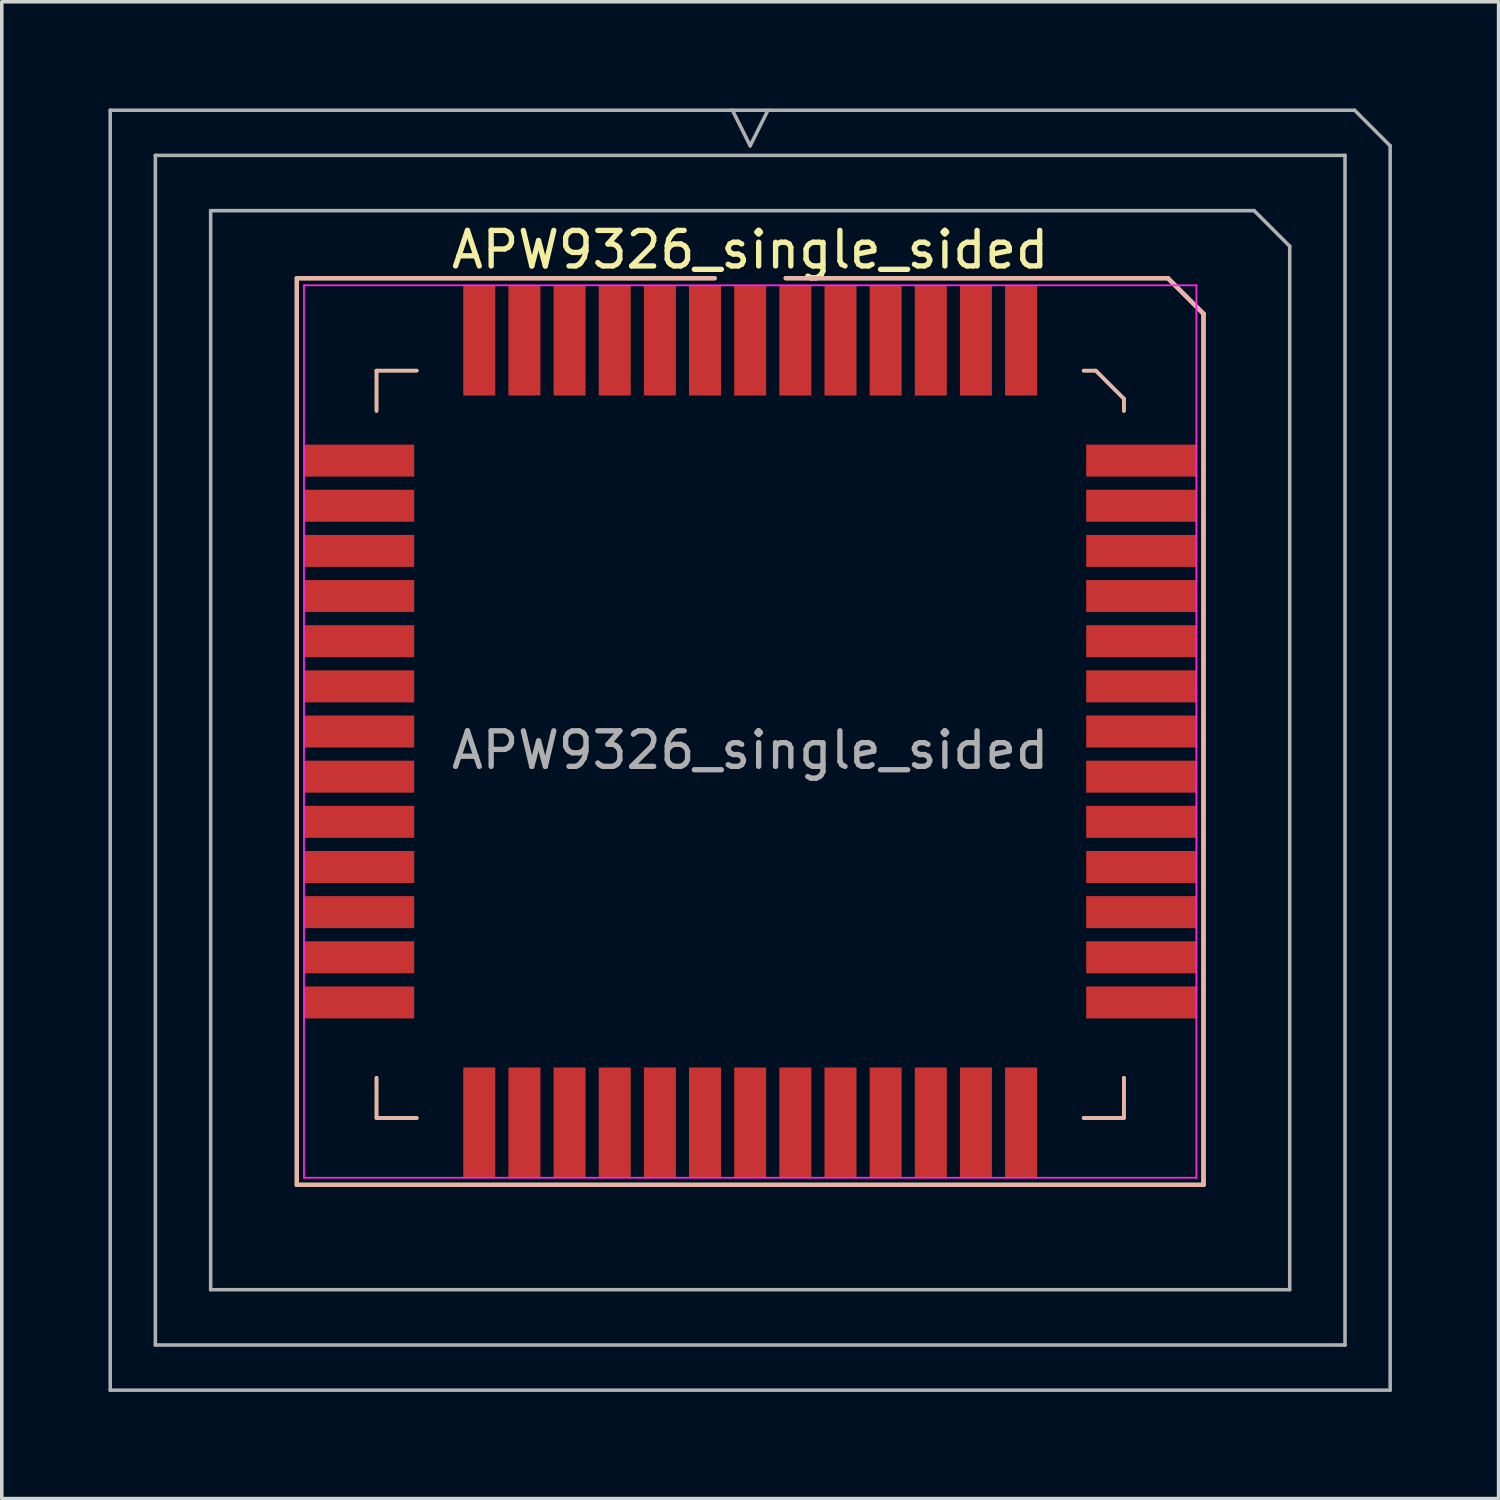
<source format=kicad_pcb>
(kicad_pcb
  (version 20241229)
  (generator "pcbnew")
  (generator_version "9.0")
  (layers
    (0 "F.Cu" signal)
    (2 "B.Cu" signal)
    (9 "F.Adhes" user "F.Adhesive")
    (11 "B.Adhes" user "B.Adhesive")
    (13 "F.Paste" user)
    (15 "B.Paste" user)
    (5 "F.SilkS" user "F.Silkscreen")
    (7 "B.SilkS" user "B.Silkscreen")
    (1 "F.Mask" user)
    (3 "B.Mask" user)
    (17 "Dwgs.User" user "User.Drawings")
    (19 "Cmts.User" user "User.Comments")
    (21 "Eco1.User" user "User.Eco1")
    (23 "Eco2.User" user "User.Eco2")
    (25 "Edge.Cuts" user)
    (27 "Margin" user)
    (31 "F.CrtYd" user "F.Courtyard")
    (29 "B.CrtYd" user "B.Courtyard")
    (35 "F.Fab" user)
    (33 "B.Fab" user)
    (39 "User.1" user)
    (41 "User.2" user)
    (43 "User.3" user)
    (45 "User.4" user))
  (footprint "APW9326_single_sided"
    (layer "F.Cu")
    (at 18.05 17.525)
    (property "Reference" "APW9326_single_sided" (at 0 -13.55 180) (layer "F.SilkS") (effects (font (size 1 1) (thickness 0.15))))
    (attr smd)
    (fp_line (start -12.75 -12.75) (end -1 -12.75) (stroke (width 0.12) (type solid)) (layer "F.SilkS"))
    (fp_line (start -12.75 12.75) (end -12.75 -12.75) (stroke (width 0.12) (type solid)) (layer "F.SilkS"))
    (fp_line (start -10.51 -10.15) (end -10.51 -9.018) (stroke (width 0.1) (type solid)) (layer "F.SilkS"))
    (fp_line (start -10.51 10.87) (end -10.51 9.738) (stroke (width 0.1) (type solid)) (layer "F.SilkS"))
    (fp_line (start -9.378 -10.15) (end -10.51 -10.15) (stroke (width 0.1) (type solid)) (layer "F.SilkS"))
    (fp_line (start -9.378 10.87) (end -10.51 10.87) (stroke (width 0.1) (type solid)) (layer "F.SilkS"))
    (fp_line (start 1 -12.75) (end 11.75 -12.75) (stroke (width 0.12) (type solid)) (layer "F.SilkS"))
    (fp_line (start 9.378 -10.15) (end 9.721 -10.15) (stroke (width 0.1) (type solid)) (layer "F.SilkS"))
    (fp_line (start 9.378 10.87) (end 10.51 10.87) (stroke (width 0.1) (type solid)) (layer "F.SilkS"))
    (fp_line (start 9.721 -10.15) (end 10.51 -9.361) (stroke (width 0.1) (type solid)) (layer "F.SilkS"))
    (fp_line (start 10.51 -9.361) (end 10.51 -9.018) (stroke (width 0.1) (type solid)) (layer "F.SilkS"))
    (fp_line (start 10.51 10.87) (end 10.51 9.738) (stroke (width 0.1) (type solid)) (layer "F.SilkS"))
    (fp_line (start 11.75 -12.75) (end 12.75 -11.75) (stroke (width 0.12) (type solid)) (layer "F.SilkS"))
    (fp_line (start 12.75 -11.75) (end 12.75 12.75) (stroke (width 0.12) (type solid)) (layer "F.SilkS"))
    (fp_line (start 12.75 12.75) (end -12.75 12.75) (stroke (width 0.12) (type solid)) (layer "F.SilkS"))
    (fp_line (start -12.75 -12.75) (end -1 -12.75) (stroke (width 0.12) (type solid)) (layer "B.SilkS"))
    (fp_line (start -12.75 12.75) (end -12.75 -12.75) (stroke (width 0.12) (type solid)) (layer "B.SilkS"))
    (fp_line (start -10.51 -10.15) (end -10.51 -9.018) (stroke (width 0.1) (type solid)) (layer "B.SilkS"))
    (fp_line (start -10.51 10.87) (end -10.51 9.738) (stroke (width 0.1) (type solid)) (layer "B.SilkS"))
    (fp_line (start -9.378 -10.15) (end -10.51 -10.15) (stroke (width 0.1) (type solid)) (layer "B.SilkS"))
    (fp_line (start -9.378 10.87) (end -10.51 10.87) (stroke (width 0.1) (type solid)) (layer "B.SilkS"))
    (fp_line (start 1 -12.75) (end 11.75 -12.75) (stroke (width 0.12) (type solid)) (layer "B.SilkS"))
    (fp_line (start 9.378 -10.15) (end 9.721 -10.15) (stroke (width 0.1) (type solid)) (layer "B.SilkS"))
    (fp_line (start 9.378 10.87) (end 10.51 10.87) (stroke (width 0.1) (type solid)) (layer "B.SilkS"))
    (fp_line (start 9.721 -10.15) (end 10.51 -9.361) (stroke (width 0.1) (type solid)) (layer "B.SilkS"))
    (fp_line (start 10.51 -9.361) (end 10.51 -9.018) (stroke (width 0.1) (type solid)) (layer "B.SilkS"))
    (fp_line (start 10.51 10.87) (end 10.51 9.738) (stroke (width 0.1) (type solid)) (layer "B.SilkS"))
    (fp_line (start 11.75 -12.75) (end 12.75 -11.75) (stroke (width 0.12) (type solid)) (layer "B.SilkS"))
    (fp_line (start 12.75 -11.75) (end 12.75 12.75) (stroke (width 0.12) (type solid)) (layer "B.SilkS"))
    (fp_line (start 12.75 12.75) (end -12.75 12.75) (stroke (width 0.12) (type solid)) (layer "B.SilkS"))
    (fp_line (start -12.55 -12.55) (end 12.55 -12.55) (stroke (width 0.05) (type solid)) (layer "F.CrtYd"))
    (fp_line (start -12.55 12.55) (end -12.55 -12.55) (stroke (width 0.05) (type solid)) (layer "F.CrtYd"))
    (fp_line (start 12.55 -12.55) (end 12.55 12.55) (stroke (width 0.05) (type solid)) (layer "F.CrtYd"))
    (fp_line (start 12.55 12.55) (end -12.55 12.55) (stroke (width 0.05) (type solid)) (layer "F.CrtYd"))
    (fp_line (start -18 -17.475) (end 17 -17.475) (stroke (width 0.1) (type solid)) (layer "F.Fab"))
    (fp_line (start -18 18.525) (end -18 -17.475) (stroke (width 0.1) (type solid)) (layer "F.Fab"))
    (fp_line (start -16.73 -16.205) (end 16.73 -16.205) (stroke (width 0.1) (type solid)) (layer "F.Fab"))
    (fp_line (start -16.73 17.255) (end -16.73 -16.205) (stroke (width 0.1) (type solid)) (layer "F.Fab"))
    (fp_line (start -15.175 -14.65) (end 14.175 -14.65) (stroke (width 0.1) (type solid)) (layer "F.Fab"))
    (fp_line (start -15.175 15.7) (end -15.175 -14.65) (stroke (width 0.1) (type solid)) (layer "F.Fab"))
    (fp_line (start 0 -16.475) (end -0.5 -17.475) (stroke (width 0.1) (type solid)) (layer "F.Fab"))
    (fp_line (start 0.5 -17.475) (end 0 -16.475) (stroke (width 0.1) (type solid)) (layer "F.Fab"))
    (fp_line (start 14.175 -14.65) (end 15.175 -13.65) (stroke (width 0.1) (type solid)) (layer "F.Fab"))
    (fp_line (start 15.175 -13.65) (end 15.175 15.7) (stroke (width 0.1) (type solid)) (layer "F.Fab"))
    (fp_line (start 15.175 15.7) (end -15.175 15.7) (stroke (width 0.1) (type solid)) (layer "F.Fab"))
    (fp_line (start 16.73 -16.205) (end 16.73 17.255) (stroke (width 0.1) (type solid)) (layer "F.Fab"))
    (fp_line (start 16.73 17.255) (end -16.73 17.255) (stroke (width 0.1) (type solid)) (layer "F.Fab"))
    (fp_line (start 17 -17.475) (end 18 -16.475) (stroke (width 0.1) (type solid)) (layer "F.Fab"))
    (fp_line (start 18 -16.475) (end 18 18.525) (stroke (width 0.1) (type solid)) (layer "F.Fab"))
    (fp_line (start 18 18.525) (end -18 18.525) (stroke (width 0.1) (type solid)) (layer "F.Fab"))
    (fp_text user "${REFERENCE}" (at 0 0.525 180) (layer "F.Fab") (effects (font (size 1 1) (thickness 0.15))))
    (pad "1" smd rect (at 0 -11) (size 0.9 3.1) (layers "F.Cu" "F.Mask" "F.Paste"))
    (pad "2" smd rect (at 1.27 -11) (size 0.9 3.1) (layers "F.Cu" "F.Mask" "F.Paste"))
    (pad "3" smd rect (at 2.54 -11) (size 0.9 3.1) (layers "F.Cu" "F.Mask" "F.Paste"))
    (pad "4" smd rect (at 3.81 -11) (size 0.9 3.1) (layers "F.Cu" "F.Mask" "F.Paste"))
    (pad "5" smd rect (at 5.08 -11) (size 0.9 3.1) (layers "F.Cu" "F.Mask" "F.Paste"))
    (pad "6" smd rect (at 6.35 -11) (size 0.9 3.1) (layers "F.Cu" "F.Mask" "F.Paste"))
    (pad "7" smd rect (at 7.62 -11) (size 0.9 3.1) (layers "F.Cu" "F.Mask" "F.Paste"))
    (pad "8" smd rect (at 11 -7.62) (size 3.1 0.9) (layers "F.Cu" "F.Mask" "F.Paste"))
    (pad "9" smd rect (at 11 -6.35) (size 3.1 0.9) (layers "F.Cu" "F.Mask" "F.Paste"))
    (pad "10" smd rect (at 11 -5.08) (size 3.1 0.9) (layers "F.Cu" "F.Mask" "F.Paste"))
    (pad "11" smd rect (at 11 -3.81) (size 3.1 0.9) (layers "F.Cu" "F.Mask" "F.Paste"))
    (pad "12" smd rect (at 11 -2.54) (size 3.1 0.9) (layers "F.Cu" "F.Mask" "F.Paste"))
    (pad "13" smd rect (at 11 -1.27) (size 3.1 0.9) (layers "F.Cu" "F.Mask" "F.Paste"))
    (pad "14" smd rect (at 11 0) (size 3.1 0.9) (layers "F.Cu" "F.Mask" "F.Paste"))
    (pad "15" smd rect (at 11 1.27) (size 3.1 0.9) (layers "F.Cu" "F.Mask" "F.Paste"))
    (pad "16" smd rect (at 11 2.54) (size 3.1 0.9) (layers "F.Cu" "F.Mask" "F.Paste"))
    (pad "17" smd rect (at 11 3.81) (size 3.1 0.9) (layers "F.Cu" "F.Mask" "F.Paste"))
    (pad "18" smd rect (at 11 5.08) (size 3.1 0.9) (layers "F.Cu" "F.Mask" "F.Paste"))
    (pad "19" smd rect (at 11 6.35) (size 3.1 0.9) (layers "F.Cu" "F.Mask" "F.Paste"))
    (pad "20" smd rect (at 11 7.62) (size 3.1 0.9) (layers "F.Cu" "F.Mask" "F.Paste"))
    (pad "21" smd rect (at 7.62 11) (size 0.9 3.1) (layers "F.Cu" "F.Mask" "F.Paste"))
    (pad "22" smd rect (at 6.35 11) (size 0.9 3.1) (layers "F.Cu" "F.Mask" "F.Paste"))
    (pad "23" smd rect (at 5.08 11) (size 0.9 3.1) (layers "F.Cu" "F.Mask" "F.Paste"))
    (pad "24" smd rect (at 3.81 11) (size 0.9 3.1) (layers "F.Cu" "F.Mask" "F.Paste"))
    (pad "25" smd rect (at 2.54 11) (size 0.9 3.1) (layers "F.Cu" "F.Mask" "F.Paste"))
    (pad "26" smd rect (at 1.27 11) (size 0.9 3.1) (layers "F.Cu" "F.Mask" "F.Paste"))
    (pad "27" smd rect (at 0 11) (size 0.9 3.1) (layers "F.Cu" "F.Mask" "F.Paste"))
    (pad "28" smd rect (at -1.27 11) (size 0.9 3.1) (layers "F.Cu" "F.Mask" "F.Paste"))
    (pad "29" smd rect (at -2.54 11) (size 0.9 3.1) (layers "F.Cu" "F.Mask" "F.Paste"))
    (pad "30" smd rect (at -3.81 11) (size 0.9 3.1) (layers "F.Cu" "F.Mask" "F.Paste"))
    (pad "31" smd rect (at -5.08 11) (size 0.9 3.1) (layers "F.Cu" "F.Mask" "F.Paste"))
    (pad "32" smd rect (at -6.35 11) (size 0.9 3.1) (layers "F.Cu" "F.Mask" "F.Paste"))
    (pad "33" smd rect (at -7.62 11) (size 0.9 3.1) (layers "F.Cu" "F.Mask" "F.Paste"))
    (pad "34" smd rect (at -11 7.62) (size 3.1 0.9) (layers "F.Cu" "F.Mask" "F.Paste"))
    (pad "35" smd rect (at -11 6.35) (size 3.1 0.9) (layers "F.Cu" "F.Mask" "F.Paste"))
    (pad "36" smd rect (at -11 5.08) (size 3.1 0.9) (layers "F.Cu" "F.Mask" "F.Paste"))
    (pad "37" smd rect (at -11 3.81) (size 3.1 0.9) (layers "F.Cu" "F.Mask" "F.Paste"))
    (pad "38" smd rect (at -11 2.54) (size 3.1 0.9) (layers "F.Cu" "F.Mask" "F.Paste"))
    (pad "39" smd rect (at -11 1.27) (size 3.1 0.9) (layers "F.Cu" "F.Mask" "F.Paste"))
    (pad "40" smd rect (at -11 0) (size 3.1 0.9) (layers "F.Cu" "F.Mask" "F.Paste"))
    (pad "41" smd rect (at -11 -1.27) (size 3.1 0.9) (layers "F.Cu" "F.Mask" "F.Paste"))
    (pad "42" smd rect (at -11 -2.54) (size 3.1 0.9) (layers "F.Cu" "F.Mask" "F.Paste"))
    (pad "43" smd rect (at -11 -3.81) (size 3.1 0.9) (layers "F.Cu" "F.Mask" "F.Paste"))
    (pad "44" smd rect (at -11 -5.08) (size 3.1 0.9) (layers "F.Cu" "F.Mask" "F.Paste"))
    (pad "45" smd rect (at -11 -6.35) (size 3.1 0.9) (layers "F.Cu" "F.Mask" "F.Paste"))
    (pad "46" smd rect (at -11 -7.62) (size 3.1 0.9) (layers "F.Cu" "F.Mask" "F.Paste"))
    (pad "47" smd rect (at -7.62 -11) (size 0.9 3.1) (layers "F.Cu" "F.Mask" "F.Paste"))
    (pad "48" smd rect (at -6.35 -11) (size 0.9 3.1) (layers "F.Cu" "F.Mask" "F.Paste"))
    (pad "49" smd rect (at -5.08 -11) (size 0.9 3.1) (layers "F.Cu" "F.Mask" "F.Paste"))
    (pad "50" smd rect (at -3.81 -11) (size 0.9 3.1) (layers "F.Cu" "F.Mask" "F.Paste"))
    (pad "51" smd rect (at -2.54 -11) (size 0.9 3.1) (layers "F.Cu" "F.Mask" "F.Paste"))
    (pad "52" smd rect (at -1.27 -11) (size 0.9 3.1) (layers "F.Cu" "F.Mask" "F.Paste")))
  (gr_rect
    (start -3 -3)
    (end 39.1 39.1)
    (stroke (width 0.1) (type default))
    (fill no)
    (layer "Edge.Cuts")))
</source>
